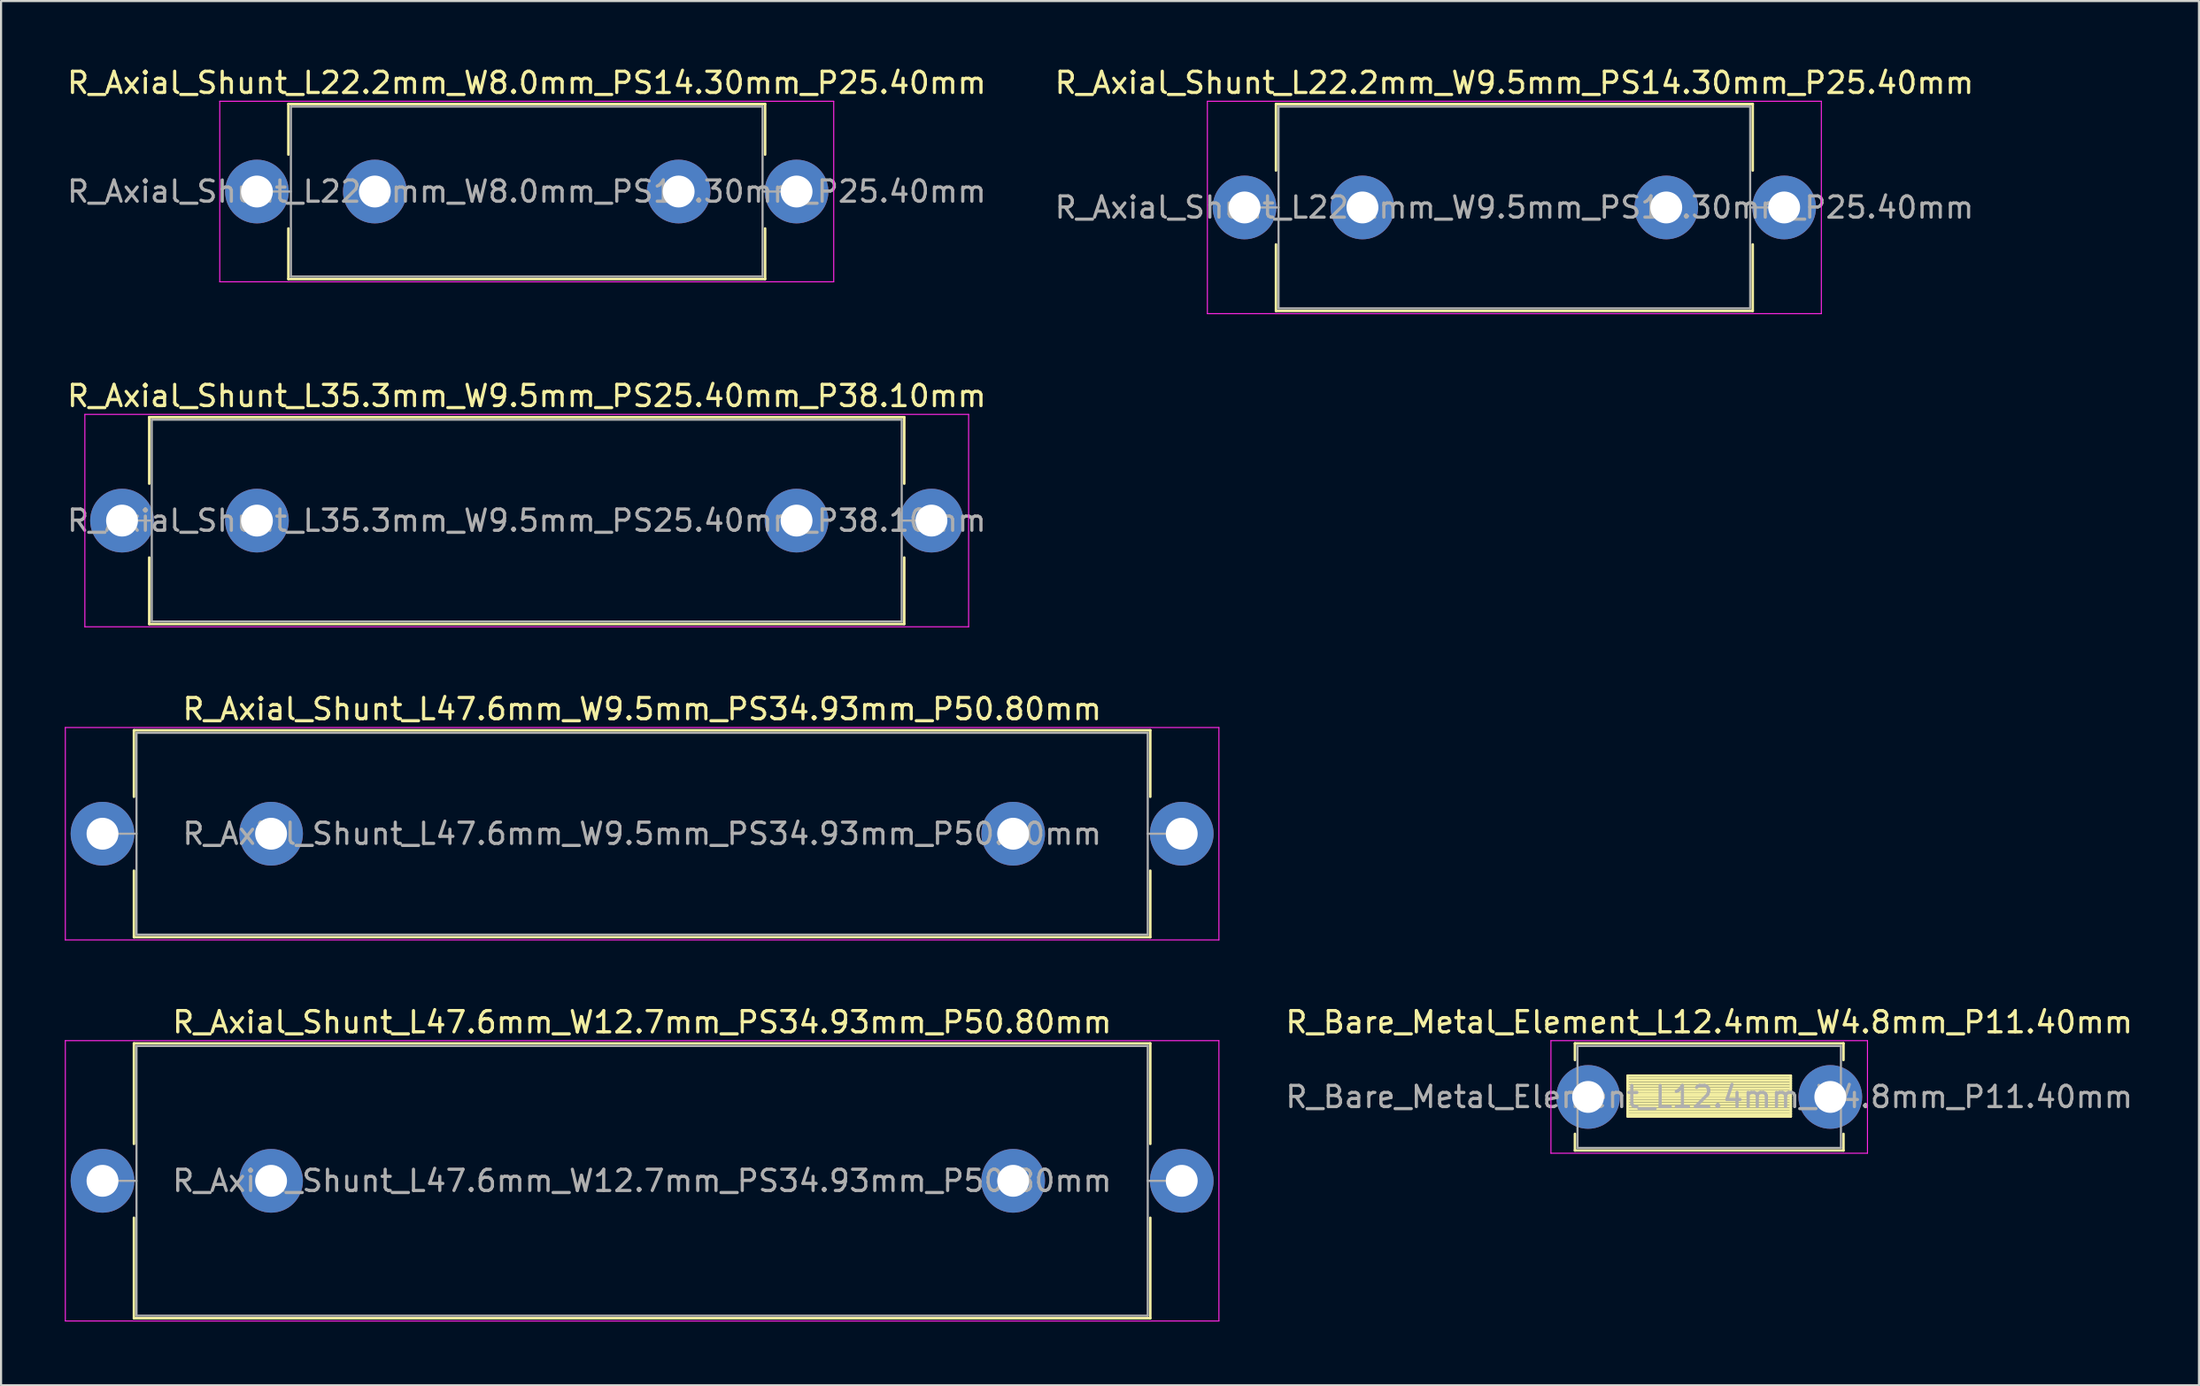
<source format=kicad_pcb>
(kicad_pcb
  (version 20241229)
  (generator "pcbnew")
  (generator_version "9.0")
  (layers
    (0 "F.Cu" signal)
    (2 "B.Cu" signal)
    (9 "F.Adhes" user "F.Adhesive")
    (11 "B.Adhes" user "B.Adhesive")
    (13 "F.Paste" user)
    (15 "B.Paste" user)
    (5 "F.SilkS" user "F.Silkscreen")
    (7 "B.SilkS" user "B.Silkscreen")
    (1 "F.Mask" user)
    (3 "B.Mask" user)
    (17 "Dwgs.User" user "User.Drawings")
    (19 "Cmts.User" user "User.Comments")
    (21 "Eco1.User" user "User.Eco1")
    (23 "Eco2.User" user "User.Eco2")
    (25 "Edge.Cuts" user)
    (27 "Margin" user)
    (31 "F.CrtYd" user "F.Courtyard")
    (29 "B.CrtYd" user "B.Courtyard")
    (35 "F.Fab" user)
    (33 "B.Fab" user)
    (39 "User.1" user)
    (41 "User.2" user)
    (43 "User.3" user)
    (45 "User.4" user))
  (footprint "R_Axial_Shunt_L22.2mm_W8.0mm_PS14.30mm_P25.40mm"
    (layer "F.Cu")
    (at 9.044 5.968)
    (property "Reference" "R_Axial_Shunt_L22.2mm_W8.0mm_PS14.30mm_P25.40mm" (at 12.7 -5.12 0) (layer "F.SilkS") (effects (font (size 1 1) (thickness 0.15))))
    (attr through_hole)
    (fp_line (start 1.48 -4.12) (end 23.92 -4.12) (stroke (width 0.12) (type solid)) (layer "F.SilkS"))
    (fp_line (start 1.48 -1.74) (end 1.48 -4.12) (stroke (width 0.12) (type solid)) (layer "F.SilkS"))
    (fp_line (start 1.48 1.74) (end 1.48 4.12) (stroke (width 0.12) (type solid)) (layer "F.SilkS"))
    (fp_line (start 1.48 4.12) (end 23.92 4.12) (stroke (width 0.12) (type solid)) (layer "F.SilkS"))
    (fp_line (start 23.92 -4.12) (end 23.92 -1.74) (stroke (width 0.12) (type solid)) (layer "F.SilkS"))
    (fp_line (start 23.92 4.12) (end 23.92 1.74) (stroke (width 0.12) (type solid)) (layer "F.SilkS"))
    (fp_line (start -1.75 -4.25) (end -1.75 4.25) (stroke (width 0.05) (type solid)) (layer "F.CrtYd"))
    (fp_line (start -1.75 4.25) (end 27.15 4.25) (stroke (width 0.05) (type solid)) (layer "F.CrtYd"))
    (fp_line (start 27.15 -4.25) (end -1.75 -4.25) (stroke (width 0.05) (type solid)) (layer "F.CrtYd"))
    (fp_line (start 27.15 4.25) (end 27.15 -4.25) (stroke (width 0.05) (type solid)) (layer "F.CrtYd"))
    (fp_line (start 0 0) (end 1.6 0) (stroke (width 0.1) (type solid)) (layer "F.Fab"))
    (fp_line (start 1.6 -4) (end 1.6 4) (stroke (width 0.1) (type solid)) (layer "F.Fab"))
    (fp_line (start 1.6 4) (end 23.8 4) (stroke (width 0.1) (type solid)) (layer "F.Fab"))
    (fp_line (start 23.8 -4) (end 1.6 -4) (stroke (width 0.1) (type solid)) (layer "F.Fab"))
    (fp_line (start 23.8 4) (end 23.8 -4) (stroke (width 0.1) (type solid)) (layer "F.Fab"))
    (fp_line (start 25.4 0) (end 23.8 0) (stroke (width 0.1) (type solid)) (layer "F.Fab"))
    (fp_text user "${REFERENCE}" (at 12.7 0 0) (layer "F.Fab") (effects (font (size 1 1) (thickness 0.15))))
    (pad "1" thru_hole circle (at 0 0) (size 3 3) (drill 1.5) (layers "*.Cu" "*.Mask"))
    (pad "2" thru_hole oval (at 5.55 0) (size 3 3) (drill 1.5) (layers "*.Cu" "*.Mask"))
    (pad "3" thru_hole oval (at 19.85 0) (size 3 3) (drill 1.5) (layers "*.Cu" "*.Mask"))
    (pad "4" thru_hole oval (at 25.4 0) (size 3 3) (drill 1.5) (layers "*.Cu" "*.Mask")))
  (footprint "R_Bare_Metal_Element_L12.4mm_W4.8mm_P11.40mm"
    (layer "F.Cu")
    (at 71.704 48.598)
    (property "Reference" "R_Bare_Metal_Element_L12.4mm_W4.8mm_P11.40mm" (at 5.7 -3.52 0) (layer "F.SilkS") (effects (font (size 1 1) (thickness 0.15))))
    (attr through_hole)
    (fp_line (start -0.62 -2.52) (end 12.02 -2.52) (stroke (width 0.12) (type solid)) (layer "F.SilkS"))
    (fp_line (start -0.62 -1.74) (end -0.62 -2.52) (stroke (width 0.12) (type solid)) (layer "F.SilkS"))
    (fp_line (start -0.62 1.74) (end -0.62 2.52) (stroke (width 0.12) (type solid)) (layer "F.SilkS"))
    (fp_line (start -0.62 2.52) (end 12.02 2.52) (stroke (width 0.12) (type solid)) (layer "F.SilkS"))
    (fp_line (start 1.86 -1) (end 1.86 0.92) (stroke (width 0.12) (type solid)) (layer "F.SilkS"))
    (fp_line (start 1.86 -1) (end 9.54 -1) (stroke (width 0.12) (type solid)) (layer "F.SilkS"))
    (fp_line (start 1.86 -0.88) (end 9.54 -0.88) (stroke (width 0.12) (type solid)) (layer "F.SilkS"))
    (fp_line (start 1.86 -0.76) (end 9.54 -0.76) (stroke (width 0.12) (type solid)) (layer "F.SilkS"))
    (fp_line (start 1.86 -0.64) (end 9.54 -0.64) (stroke (width 0.12) (type solid)) (layer "F.SilkS"))
    (fp_line (start 1.86 -0.52) (end 9.54 -0.52) (stroke (width 0.12) (type solid)) (layer "F.SilkS"))
    (fp_line (start 1.86 -0.4) (end 9.54 -0.4) (stroke (width 0.12) (type solid)) (layer "F.SilkS"))
    (fp_line (start 1.86 -0.28) (end 9.54 -0.28) (stroke (width 0.12) (type solid)) (layer "F.SilkS"))
    (fp_line (start 1.86 -0.16) (end 9.54 -0.16) (stroke (width 0.12) (type solid)) (layer "F.SilkS"))
    (fp_line (start 1.86 -0.04) (end 9.54 -0.04) (stroke (width 0.12) (type solid)) (layer "F.SilkS"))
    (fp_line (start 1.86 0.08) (end 9.54 0.08) (stroke (width 0.12) (type solid)) (layer "F.SilkS"))
    (fp_line (start 1.86 0.2) (end 9.54 0.2) (stroke (width 0.12) (type solid)) (layer "F.SilkS"))
    (fp_line (start 1.86 0.32) (end 9.54 0.32) (stroke (width 0.12) (type solid)) (layer "F.SilkS"))
    (fp_line (start 1.86 0.44) (end 9.54 0.44) (stroke (width 0.12) (type solid)) (layer "F.SilkS"))
    (fp_line (start 1.86 0.56) (end 9.54 0.56) (stroke (width 0.12) (type solid)) (layer "F.SilkS"))
    (fp_line (start 1.86 0.68) (end 9.54 0.68) (stroke (width 0.12) (type solid)) (layer "F.SilkS"))
    (fp_line (start 1.86 0.8) (end 9.54 0.8) (stroke (width 0.12) (type solid)) (layer "F.SilkS"))
    (fp_line (start 1.86 0.92) (end 9.54 0.92) (stroke (width 0.12) (type solid)) (layer "F.SilkS"))
    (fp_line (start 9.54 -1) (end 9.54 0.92) (stroke (width 0.12) (type solid)) (layer "F.SilkS"))
    (fp_line (start 12.02 -2.52) (end 12.02 -1.74) (stroke (width 0.12) (type solid)) (layer "F.SilkS"))
    (fp_line (start 12.02 2.52) (end 12.02 1.74) (stroke (width 0.12) (type solid)) (layer "F.SilkS"))
    (fp_line (start -1.75 -2.65) (end -1.75 2.65) (stroke (width 0.05) (type solid)) (layer "F.CrtYd"))
    (fp_line (start -1.75 2.65) (end 13.15 2.65) (stroke (width 0.05) (type solid)) (layer "F.CrtYd"))
    (fp_line (start 13.15 -2.65) (end -1.75 -2.65) (stroke (width 0.05) (type solid)) (layer "F.CrtYd"))
    (fp_line (start 13.15 2.65) (end 13.15 -2.65) (stroke (width 0.05) (type solid)) (layer "F.CrtYd"))
    (fp_line (start -0.5 -2.4) (end -0.5 2.4) (stroke (width 0.1) (type solid)) (layer "F.Fab"))
    (fp_line (start -0.5 2.4) (end 11.9 2.4) (stroke (width 0.1) (type solid)) (layer "F.Fab"))
    (fp_line (start 11.9 -2.4) (end -0.5 -2.4) (stroke (width 0.1) (type solid)) (layer "F.Fab"))
    (fp_line (start 11.9 2.4) (end 11.9 -2.4) (stroke (width 0.1) (type solid)) (layer "F.Fab"))
    (fp_text user "${REFERENCE}" (at 5.7 0 0) (layer "F.Fab") (effects (font (size 1 1) (thickness 0.15))))
    (pad "1" thru_hole circle (at 0 0) (size 3 3) (drill 1.5) (layers "*.Cu" "*.Mask"))
    (pad "2" thru_hole oval (at 11.4 0) (size 3 3) (drill 1.5) (layers "*.Cu" "*.Mask")))
  (footprint "R_Axial_Shunt_L47.6mm_W9.5mm_PS34.93mm_P50.80mm"
    (layer "F.Cu")
    (at 1.775 36.205)
    (property "Reference" "R_Axial_Shunt_L47.6mm_W9.5mm_PS34.93mm_P50.80mm" (at 25.4 -5.87 0) (layer "F.SilkS") (effects (font (size 1 1) (thickness 0.15))))
    (attr through_hole)
    (fp_line (start 1.48 -4.87) (end 49.32 -4.87) (stroke (width 0.12) (type solid)) (layer "F.SilkS"))
    (fp_line (start 1.48 -1.74) (end 1.48 -4.87) (stroke (width 0.12) (type solid)) (layer "F.SilkS"))
    (fp_line (start 1.48 1.74) (end 1.48 4.87) (stroke (width 0.12) (type solid)) (layer "F.SilkS"))
    (fp_line (start 1.48 4.87) (end 49.32 4.87) (stroke (width 0.12) (type solid)) (layer "F.SilkS"))
    (fp_line (start 49.32 -4.87) (end 49.32 -1.74) (stroke (width 0.12) (type solid)) (layer "F.SilkS"))
    (fp_line (start 49.32 4.87) (end 49.32 1.74) (stroke (width 0.12) (type solid)) (layer "F.SilkS"))
    (fp_line (start -1.75 -5) (end -1.75 5) (stroke (width 0.05) (type solid)) (layer "F.CrtYd"))
    (fp_line (start -1.75 5) (end 52.55 5) (stroke (width 0.05) (type solid)) (layer "F.CrtYd"))
    (fp_line (start 52.55 -5) (end -1.75 -5) (stroke (width 0.05) (type solid)) (layer "F.CrtYd"))
    (fp_line (start 52.55 5) (end 52.55 -5) (stroke (width 0.05) (type solid)) (layer "F.CrtYd"))
    (fp_line (start 0 0) (end 1.6 0) (stroke (width 0.1) (type solid)) (layer "F.Fab"))
    (fp_line (start 1.6 -4.75) (end 1.6 4.75) (stroke (width 0.1) (type solid)) (layer "F.Fab"))
    (fp_line (start 1.6 4.75) (end 49.2 4.75) (stroke (width 0.1) (type solid)) (layer "F.Fab"))
    (fp_line (start 49.2 -4.75) (end 1.6 -4.75) (stroke (width 0.1) (type solid)) (layer "F.Fab"))
    (fp_line (start 49.2 4.75) (end 49.2 -4.75) (stroke (width 0.1) (type solid)) (layer "F.Fab"))
    (fp_line (start 50.8 0) (end 49.2 0) (stroke (width 0.1) (type solid)) (layer "F.Fab"))
    (fp_text user "${REFERENCE}" (at 25.4 0 0) (layer "F.Fab") (effects (font (size 1 1) (thickness 0.15))))
    (pad "1" thru_hole circle (at 0 0) (size 3 3) (drill 1.5) (layers "*.Cu" "*.Mask"))
    (pad "2" thru_hole oval (at 7.935 0) (size 3 3) (drill 1.5) (layers "*.Cu" "*.Mask"))
    (pad "3" thru_hole oval (at 42.865 0) (size 3 3) (drill 1.5) (layers "*.Cu" "*.Mask"))
    (pad "4" thru_hole oval (at 50.8 0) (size 3 3) (drill 1.5) (layers "*.Cu" "*.Mask")))
  (footprint "R_Axial_Shunt_L35.3mm_W9.5mm_PS25.40mm_P38.10mm"
    (layer "F.Cu")
    (at 2.694 21.462)
    (property "Reference" "R_Axial_Shunt_L35.3mm_W9.5mm_PS25.40mm_P38.10mm" (at 19.05 -5.87 0) (layer "F.SilkS") (effects (font (size 1 1) (thickness 0.15))))
    (attr through_hole)
    (fp_line (start 1.28 -4.87) (end 36.82 -4.87) (stroke (width 0.12) (type solid)) (layer "F.SilkS"))
    (fp_line (start 1.28 -1.74) (end 1.28 -4.87) (stroke (width 0.12) (type solid)) (layer "F.SilkS"))
    (fp_line (start 1.28 1.74) (end 1.28 4.87) (stroke (width 0.12) (type solid)) (layer "F.SilkS"))
    (fp_line (start 1.28 4.87) (end 36.82 4.87) (stroke (width 0.12) (type solid)) (layer "F.SilkS"))
    (fp_line (start 36.82 -4.87) (end 36.82 -1.74) (stroke (width 0.12) (type solid)) (layer "F.SilkS"))
    (fp_line (start 36.82 4.87) (end 36.82 1.74) (stroke (width 0.12) (type solid)) (layer "F.SilkS"))
    (fp_line (start -1.75 -5) (end -1.75 5) (stroke (width 0.05) (type solid)) (layer "F.CrtYd"))
    (fp_line (start -1.75 5) (end 39.85 5) (stroke (width 0.05) (type solid)) (layer "F.CrtYd"))
    (fp_line (start 39.85 -5) (end -1.75 -5) (stroke (width 0.05) (type solid)) (layer "F.CrtYd"))
    (fp_line (start 39.85 5) (end 39.85 -5) (stroke (width 0.05) (type solid)) (layer "F.CrtYd"))
    (fp_line (start 0 0) (end 1.4 0) (stroke (width 0.1) (type solid)) (layer "F.Fab"))
    (fp_line (start 1.4 -4.75) (end 1.4 4.75) (stroke (width 0.1) (type solid)) (layer "F.Fab"))
    (fp_line (start 1.4 4.75) (end 36.7 4.75) (stroke (width 0.1) (type solid)) (layer "F.Fab"))
    (fp_line (start 36.7 -4.75) (end 1.4 -4.75) (stroke (width 0.1) (type solid)) (layer "F.Fab"))
    (fp_line (start 36.7 4.75) (end 36.7 -4.75) (stroke (width 0.1) (type solid)) (layer "F.Fab"))
    (fp_line (start 38.1 0) (end 36.7 0) (stroke (width 0.1) (type solid)) (layer "F.Fab"))
    (fp_text user "${REFERENCE}" (at 19.05 0 0) (layer "F.Fab") (effects (font (size 1 1) (thickness 0.15))))
    (pad "1" thru_hole circle (at 0 0) (size 3 3) (drill 1.5) (layers "*.Cu" "*.Mask"))
    (pad "2" thru_hole oval (at 6.35 0) (size 3 3) (drill 1.5) (layers "*.Cu" "*.Mask"))
    (pad "3" thru_hole oval (at 31.75 0) (size 3 3) (drill 1.5) (layers "*.Cu" "*.Mask"))
    (pad "4" thru_hole oval (at 38.1 0) (size 3 3) (drill 1.5) (layers "*.Cu" "*.Mask")))
  (footprint "R_Axial_Shunt_L22.2mm_W9.5mm_PS14.30mm_P25.40mm"
    (layer "F.Cu")
    (at 55.532 6.718)
    (property "Reference" "R_Axial_Shunt_L22.2mm_W9.5mm_PS14.30mm_P25.40mm" (at 12.7 -5.87 0) (layer "F.SilkS") (effects (font (size 1 1) (thickness 0.15))))
    (attr through_hole)
    (fp_line (start 1.48 -4.87) (end 23.92 -4.87) (stroke (width 0.12) (type solid)) (layer "F.SilkS"))
    (fp_line (start 1.48 -1.74) (end 1.48 -4.87) (stroke (width 0.12) (type solid)) (layer "F.SilkS"))
    (fp_line (start 1.48 1.74) (end 1.48 4.87) (stroke (width 0.12) (type solid)) (layer "F.SilkS"))
    (fp_line (start 1.48 4.87) (end 23.92 4.87) (stroke (width 0.12) (type solid)) (layer "F.SilkS"))
    (fp_line (start 23.92 -4.87) (end 23.92 -1.74) (stroke (width 0.12) (type solid)) (layer "F.SilkS"))
    (fp_line (start 23.92 4.87) (end 23.92 1.74) (stroke (width 0.12) (type solid)) (layer "F.SilkS"))
    (fp_line (start -1.75 -5) (end -1.75 5) (stroke (width 0.05) (type solid)) (layer "F.CrtYd"))
    (fp_line (start -1.75 5) (end 27.15 5) (stroke (width 0.05) (type solid)) (layer "F.CrtYd"))
    (fp_line (start 27.15 -5) (end -1.75 -5) (stroke (width 0.05) (type solid)) (layer "F.CrtYd"))
    (fp_line (start 27.15 5) (end 27.15 -5) (stroke (width 0.05) (type solid)) (layer "F.CrtYd"))
    (fp_line (start 0 0) (end 1.6 0) (stroke (width 0.1) (type solid)) (layer "F.Fab"))
    (fp_line (start 1.6 -4.75) (end 1.6 4.75) (stroke (width 0.1) (type solid)) (layer "F.Fab"))
    (fp_line (start 1.6 4.75) (end 23.8 4.75) (stroke (width 0.1) (type solid)) (layer "F.Fab"))
    (fp_line (start 23.8 -4.75) (end 1.6 -4.75) (stroke (width 0.1) (type solid)) (layer "F.Fab"))
    (fp_line (start 23.8 4.75) (end 23.8 -4.75) (stroke (width 0.1) (type solid)) (layer "F.Fab"))
    (fp_line (start 25.4 0) (end 23.8 0) (stroke (width 0.1) (type solid)) (layer "F.Fab"))
    (fp_text user "${REFERENCE}" (at 12.7 0 0) (layer "F.Fab") (effects (font (size 1 1) (thickness 0.15))))
    (pad "1" thru_hole circle (at 0 0) (size 3 3) (drill 1.5) (layers "*.Cu" "*.Mask"))
    (pad "2" thru_hole oval (at 5.55 0) (size 3 3) (drill 1.5) (layers "*.Cu" "*.Mask"))
    (pad "3" thru_hole oval (at 19.85 0) (size 3 3) (drill 1.5) (layers "*.Cu" "*.Mask"))
    (pad "4" thru_hole oval (at 25.4 0) (size 3 3) (drill 1.5) (layers "*.Cu" "*.Mask")))
  (footprint "R_Axial_Shunt_L47.6mm_W12.7mm_PS34.93mm_P50.80mm"
    (layer "F.Cu")
    (at 1.775 52.548)
    (property "Reference" "R_Axial_Shunt_L47.6mm_W12.7mm_PS34.93mm_P50.80mm" (at 25.4 -7.47 0) (layer "F.SilkS") (effects (font (size 1 1) (thickness 0.15))))
    (attr through_hole)
    (fp_line (start 1.48 -6.47) (end 49.32 -6.47) (stroke (width 0.12) (type solid)) (layer "F.SilkS"))
    (fp_line (start 1.48 -1.74) (end 1.48 -6.47) (stroke (width 0.12) (type solid)) (layer "F.SilkS"))
    (fp_line (start 1.48 1.74) (end 1.48 6.47) (stroke (width 0.12) (type solid)) (layer "F.SilkS"))
    (fp_line (start 1.48 6.47) (end 49.32 6.47) (stroke (width 0.12) (type solid)) (layer "F.SilkS"))
    (fp_line (start 49.32 -6.47) (end 49.32 -1.74) (stroke (width 0.12) (type solid)) (layer "F.SilkS"))
    (fp_line (start 49.32 6.47) (end 49.32 1.74) (stroke (width 0.12) (type solid)) (layer "F.SilkS"))
    (fp_line (start -1.75 -6.6) (end -1.75 6.6) (stroke (width 0.05) (type solid)) (layer "F.CrtYd"))
    (fp_line (start -1.75 6.6) (end 52.55 6.6) (stroke (width 0.05) (type solid)) (layer "F.CrtYd"))
    (fp_line (start 52.55 -6.6) (end -1.75 -6.6) (stroke (width 0.05) (type solid)) (layer "F.CrtYd"))
    (fp_line (start 52.55 6.6) (end 52.55 -6.6) (stroke (width 0.05) (type solid)) (layer "F.CrtYd"))
    (fp_line (start 0 0) (end 1.6 0) (stroke (width 0.1) (type solid)) (layer "F.Fab"))
    (fp_line (start 1.6 -6.35) (end 1.6 6.35) (stroke (width 0.1) (type solid)) (layer "F.Fab"))
    (fp_line (start 1.6 6.35) (end 49.2 6.35) (stroke (width 0.1) (type solid)) (layer "F.Fab"))
    (fp_line (start 49.2 -6.35) (end 1.6 -6.35) (stroke (width 0.1) (type solid)) (layer "F.Fab"))
    (fp_line (start 49.2 6.35) (end 49.2 -6.35) (stroke (width 0.1) (type solid)) (layer "F.Fab"))
    (fp_line (start 50.8 0) (end 49.2 0) (stroke (width 0.1) (type solid)) (layer "F.Fab"))
    (fp_text user "${REFERENCE}" (at 25.4 0 0) (layer "F.Fab") (effects (font (size 1 1) (thickness 0.15))))
    (pad "1" thru_hole circle (at 0 0) (size 3 3) (drill 1.5) (layers "*.Cu" "*.Mask"))
    (pad "2" thru_hole oval (at 7.935 0) (size 3 3) (drill 1.5) (layers "*.Cu" "*.Mask"))
    (pad "3" thru_hole oval (at 42.865 0) (size 3 3) (drill 1.5) (layers "*.Cu" "*.Mask"))
    (pad "4" thru_hole oval (at 50.8 0) (size 3 3) (drill 1.5) (layers "*.Cu" "*.Mask")))
  (gr_rect
    (start -3 -3)
    (end 100.457 62.173)
    (stroke (width 0.1) (type default))
    (fill no)
    (layer "Edge.Cuts")))
</source>
